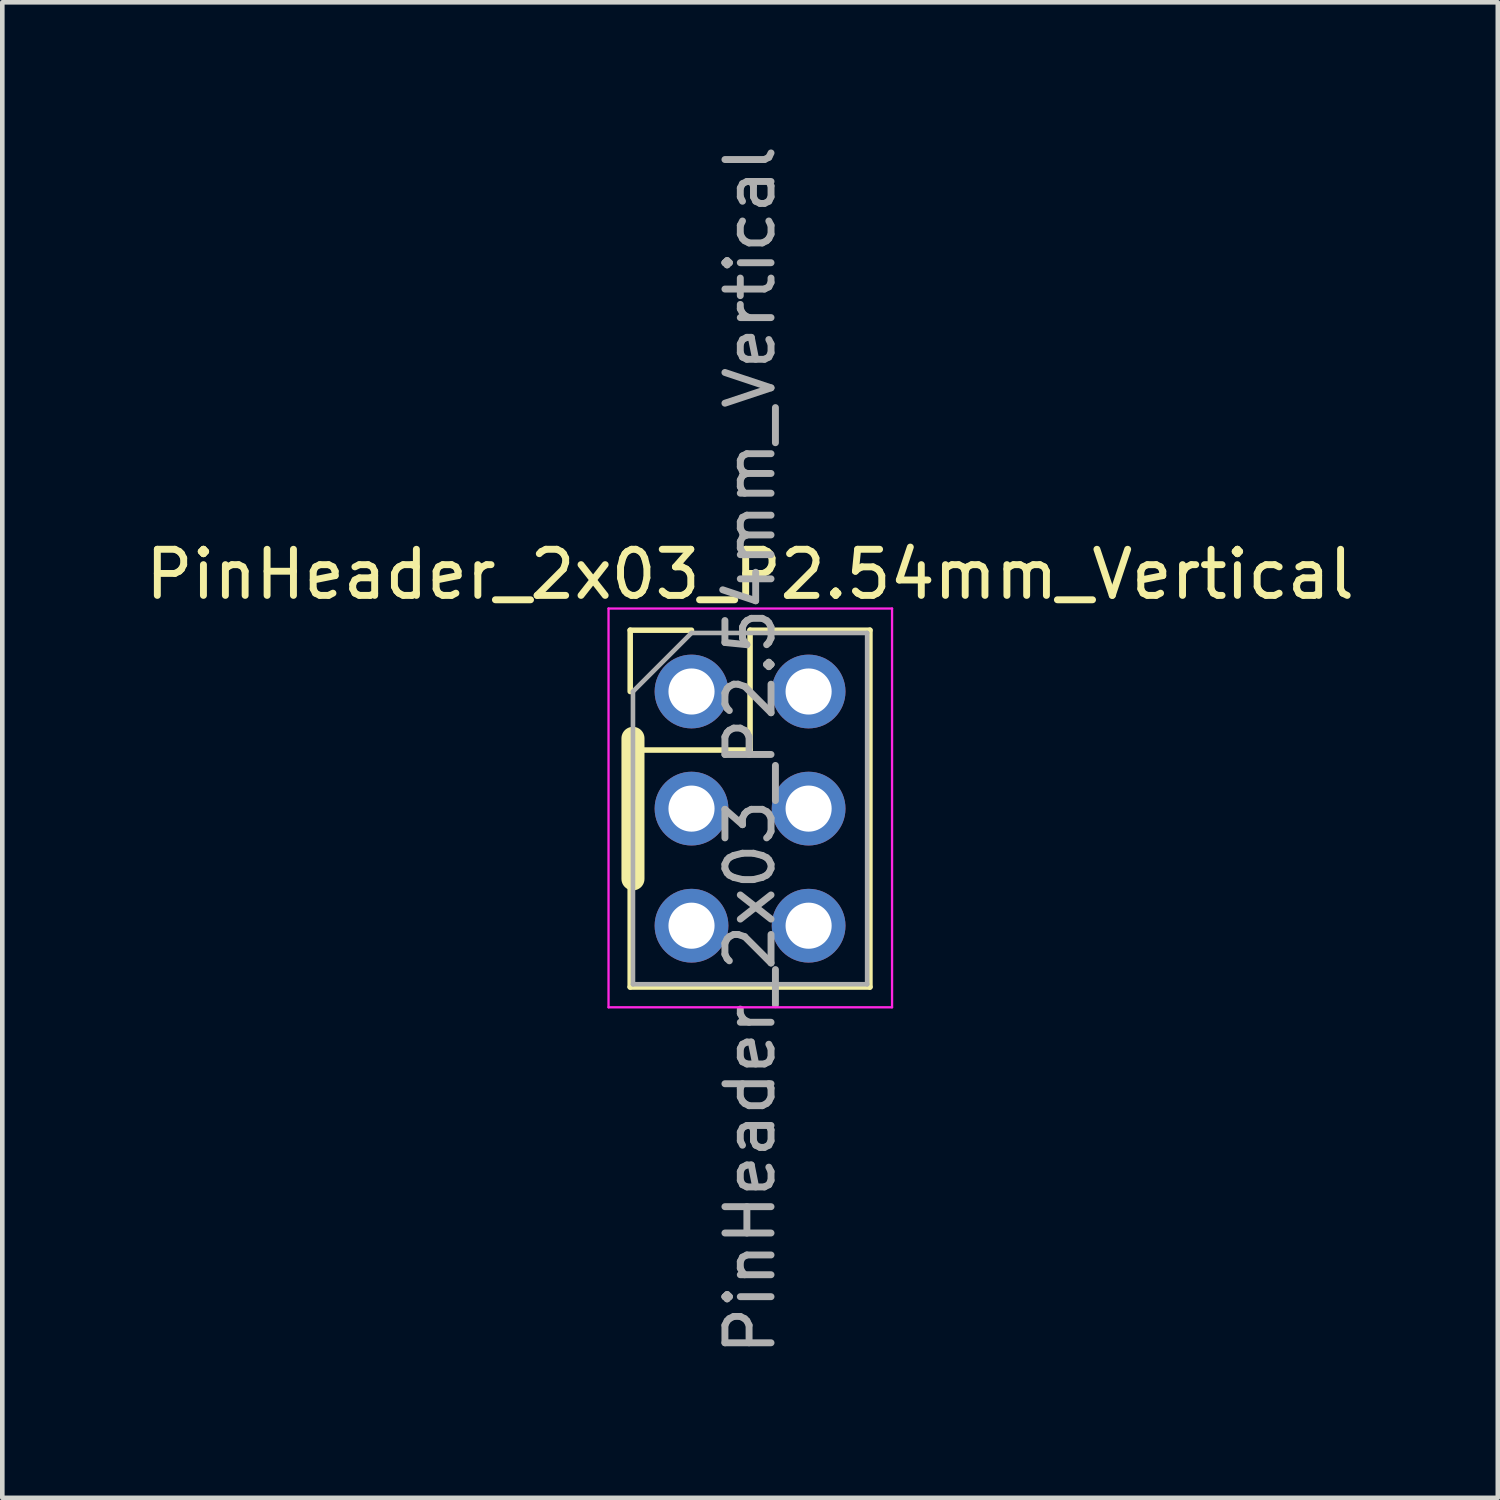
<source format=kicad_pcb>
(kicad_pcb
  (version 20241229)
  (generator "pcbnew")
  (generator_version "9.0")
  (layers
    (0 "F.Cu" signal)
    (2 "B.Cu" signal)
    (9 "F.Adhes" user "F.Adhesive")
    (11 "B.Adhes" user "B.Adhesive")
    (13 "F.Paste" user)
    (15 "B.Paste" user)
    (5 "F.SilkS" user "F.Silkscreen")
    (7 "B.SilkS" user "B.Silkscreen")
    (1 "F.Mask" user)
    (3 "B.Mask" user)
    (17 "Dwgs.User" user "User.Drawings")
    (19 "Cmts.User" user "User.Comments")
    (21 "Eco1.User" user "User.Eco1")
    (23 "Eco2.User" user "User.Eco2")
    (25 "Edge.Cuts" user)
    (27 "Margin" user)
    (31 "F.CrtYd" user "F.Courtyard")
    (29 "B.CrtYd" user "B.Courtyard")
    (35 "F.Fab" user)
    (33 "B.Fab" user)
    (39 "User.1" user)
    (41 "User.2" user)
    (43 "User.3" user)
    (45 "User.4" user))
  (footprint "PinHeader_2x03_P2.54mm_Vertical"
    (layer "F.Cu")
    (at 11.95 11.95)
    (property "Reference" "PinHeader_2x03_P2.54mm_Vertical" (at 1.27 -2.54 180) (layer "F.SilkS") (effects (font (size 1 1) (thickness 0.15))))
    (attr through_hole)
    (fp_line (start -1.33 -1.33) (end 0 -1.33) (stroke (width 0.12) (type solid)) (layer "F.SilkS"))
    (fp_line (start -1.33 0) (end -1.33 -1.33) (stroke (width 0.12) (type solid)) (layer "F.SilkS"))
    (fp_line (start -1.33 1.27) (end -1.33 6.41) (stroke (width 0.12) (type solid)) (layer "F.SilkS"))
    (fp_line (start -1.33 1.27) (end 1.27 1.27) (stroke (width 0.12) (type solid)) (layer "F.SilkS"))
    (fp_line (start -1.33 6.41) (end 3.87 6.41) (stroke (width 0.12) (type solid)) (layer "F.SilkS"))
    (fp_line (start -1.27 1.016) (end -1.27 4.064) (stroke (width 0.5) (type solid)) (layer "F.SilkS"))
    (fp_line (start 1.27 -1.33) (end 3.87 -1.33) (stroke (width 0.12) (type solid)) (layer "F.SilkS"))
    (fp_line (start 1.27 1.27) (end 1.27 -1.33) (stroke (width 0.12) (type solid)) (layer "F.SilkS"))
    (fp_line (start 3.87 -1.33) (end 3.87 6.41) (stroke (width 0.12) (type solid)) (layer "F.SilkS"))
    (fp_line (start -1.8 -1.8) (end -1.8 6.85) (stroke (width 0.05) (type solid)) (layer "F.CrtYd"))
    (fp_line (start -1.8 6.85) (end 4.35 6.85) (stroke (width 0.05) (type solid)) (layer "F.CrtYd"))
    (fp_line (start 4.35 -1.8) (end -1.8 -1.8) (stroke (width 0.05) (type solid)) (layer "F.CrtYd"))
    (fp_line (start 4.35 6.85) (end 4.35 -1.8) (stroke (width 0.05) (type solid)) (layer "F.CrtYd"))
    (fp_line (start -1.27 0) (end 0 -1.27) (stroke (width 0.1) (type solid)) (layer "F.Fab"))
    (fp_line (start -1.27 6.35) (end -1.27 0) (stroke (width 0.1) (type solid)) (layer "F.Fab"))
    (fp_line (start 0 -1.27) (end 3.81 -1.27) (stroke (width 0.1) (type solid)) (layer "F.Fab"))
    (fp_line (start 3.81 -1.27) (end 3.81 6.35) (stroke (width 0.1) (type solid)) (layer "F.Fab"))
    (fp_line (start 3.81 6.35) (end -1.27 6.35) (stroke (width 0.1) (type solid)) (layer "F.Fab"))
    (fp_text user "${REFERENCE}" (at 1.27 1.27 270) (layer "F.Fab") (effects (font (size 1 1) (thickness 0.15))))
    (pad "1" thru_hole circle (at 0 0) (size 1.6 1.6) (drill 1) (layers "*.Cu" "*.Mask"))
    (pad "2" thru_hole circle (at 2.54 0) (size 1.6 1.6) (drill 1) (layers "*.Cu" "*.Mask"))
    (pad "3" thru_hole circle (at 0 2.54) (size 1.6 1.6) (drill 1) (layers "*.Cu" "*.Mask"))
    (pad "4" thru_hole circle (at 2.54 2.54) (size 1.6 1.6) (drill 1) (layers "*.Cu" "*.Mask"))
    (pad "5" thru_hole circle (at 0 5.08) (size 1.6 1.6) (drill 1) (layers "*.Cu" "*.Mask"))
    (pad "6" thru_hole circle (at 2.54 5.08) (size 1.6 1.6) (drill 1) (layers "*.Cu" "*.Mask")))
  (gr_rect
    (start -3 -3)
    (end 29.44 29.44)
    (stroke (width 0.1) (type default))
    (fill no)
    (layer "Edge.Cuts")))
</source>
